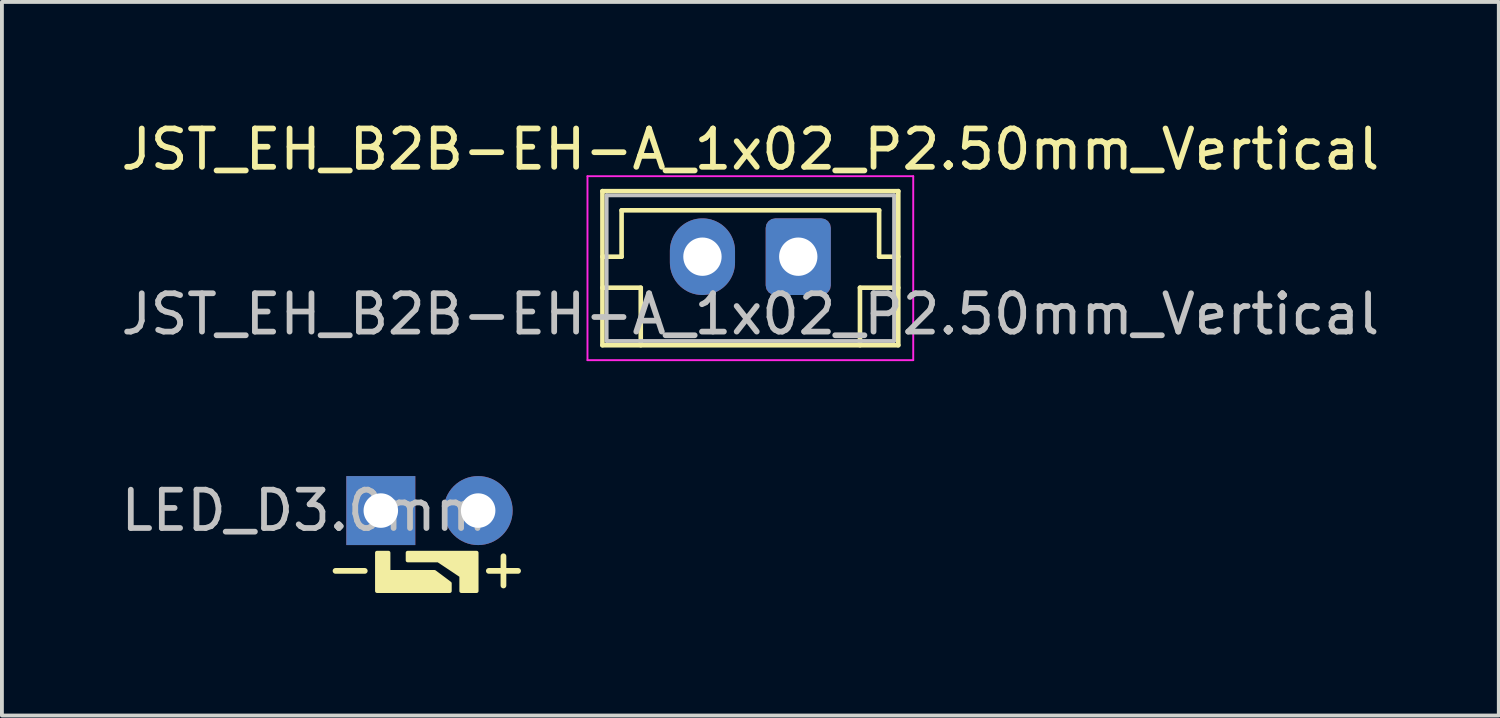
<source format=kicad_pcb>
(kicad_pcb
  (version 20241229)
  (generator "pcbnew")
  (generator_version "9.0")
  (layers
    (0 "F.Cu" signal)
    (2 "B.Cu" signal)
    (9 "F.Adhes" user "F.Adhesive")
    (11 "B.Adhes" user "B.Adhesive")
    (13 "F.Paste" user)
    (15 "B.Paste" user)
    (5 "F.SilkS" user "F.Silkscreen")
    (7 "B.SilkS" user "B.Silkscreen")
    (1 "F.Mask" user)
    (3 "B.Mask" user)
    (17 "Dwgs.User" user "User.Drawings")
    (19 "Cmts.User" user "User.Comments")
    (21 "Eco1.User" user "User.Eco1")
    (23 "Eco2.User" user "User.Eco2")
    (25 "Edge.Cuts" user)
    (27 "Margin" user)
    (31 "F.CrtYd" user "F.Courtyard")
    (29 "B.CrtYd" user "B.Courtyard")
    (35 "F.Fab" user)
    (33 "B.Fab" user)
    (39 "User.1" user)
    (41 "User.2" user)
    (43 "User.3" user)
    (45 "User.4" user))
  (footprint "JST_EH_B2B-EH-A_1x02_P2.50mm_Vertical"
    (layer "F.Cu")
    (at 15.28 3.648)
    (property "Reference" "JST_EH_B2B-EH-A_1x02_P2.50mm_Vertical" (at 1.25 -2.8 0) (layer "F.SilkS") (effects (font (size 1 1) (thickness 0.15))))
    (attr through_hole)
    (fp_line (start -2.61 -1.71) (end -2.61 2.31) (stroke (width 0.12) (type solid)) (layer "F.SilkS"))
    (fp_line (start -2.61 0) (end -2.11 0) (stroke (width 0.12) (type solid)) (layer "F.SilkS"))
    (fp_line (start -2.61 0.81) (end -1.61 0.81) (stroke (width 0.12) (type solid)) (layer "F.SilkS"))
    (fp_line (start -2.61 2.31) (end 5.11 2.31) (stroke (width 0.12) (type solid)) (layer "F.SilkS"))
    (fp_line (start -2.11 -1.21) (end 4.61 -1.21) (stroke (width 0.12) (type solid)) (layer "F.SilkS"))
    (fp_line (start -2.11 0) (end -2.11 -1.21) (stroke (width 0.12) (type solid)) (layer "F.SilkS"))
    (fp_line (start -1.61 0.81) (end -1.61 2.31) (stroke (width 0.12) (type solid)) (layer "F.SilkS"))
    (fp_line (start 4.11 0.81) (end 4.11 2.31) (stroke (width 0.12) (type solid)) (layer "F.SilkS"))
    (fp_line (start 4.61 -1.21) (end 4.61 0) (stroke (width 0.12) (type solid)) (layer "F.SilkS"))
    (fp_line (start 4.61 0) (end 5.11 0) (stroke (width 0.12) (type solid)) (layer "F.SilkS"))
    (fp_line (start 5.11 -1.71) (end -2.61 -1.71) (stroke (width 0.12) (type solid)) (layer "F.SilkS"))
    (fp_line (start 5.11 0.81) (end 4.11 0.81) (stroke (width 0.12) (type solid)) (layer "F.SilkS"))
    (fp_line (start 5.11 2.31) (end 5.11 -1.71) (stroke (width 0.12) (type solid)) (layer "F.SilkS"))
    (fp_line (start -2.5 -1.6) (end -2.5 2.2) (stroke (width 0.1) (type solid)) (layer "Dwgs.User"))
    (fp_line (start -2.5 2.2) (end 5 2.2) (stroke (width 0.1) (type solid)) (layer "Dwgs.User"))
    (fp_line (start 5 -1.6) (end -2.5 -1.6) (stroke (width 0.1) (type solid)) (layer "Dwgs.User"))
    (fp_line (start 5 2.2) (end 5 -1.6) (stroke (width 0.1) (type solid)) (layer "Dwgs.User"))
    (fp_line (start -3 -2.1) (end -3 2.7) (stroke (width 0.05) (type solid)) (layer "F.CrtYd"))
    (fp_line (start -3 2.7) (end 5.5 2.7) (stroke (width 0.05) (type solid)) (layer "F.CrtYd"))
    (fp_line (start 5.5 -2.1) (end -3 -2.1) (stroke (width 0.05) (type solid)) (layer "F.CrtYd"))
    (fp_line (start 5.5 2.7) (end 5.5 -2.1) (stroke (width 0.05) (type solid)) (layer "F.CrtYd"))
    (fp_text user "${REFERENCE}" (at 1.25 1.5 0) (layer "Dwgs.User") (effects (font (size 1 1) (thickness 0.15))))
    (pad "1" thru_hole roundrect (at 2.5 0) (size 1.7 2) (drill 1) (layers "*.Cu" "*.Mask") (roundrect_rratio 0.147))
    (pad "2" thru_hole oval (at 0 0) (size 1.7 2) (drill 1) (layers "*.Cu" "*.Mask")))
  (footprint "LED_D3.0mm"
    (layer "F.Cu")
    (at 6.887 10.273)
    (property "Reference" "LED_D3.0mm" (at -2 0 180) (layer "Dwgs.User") (effects (font (size 1 1) (thickness 0.15))))
    (attr through_hole)
    (fp_poly (pts (xy 0.2 1.6) (xy 1.4 1.6) (xy 1.8 1.9) (xy 1.8 2.1) (xy -0.1 2.1) (xy -0.1 1.1) (xy 0.2 1.1)) (stroke (width 0.1) (type solid)) (fill yes) (layer "F.SilkS"))
    (fp_poly (pts (xy 2.5 2.1) (xy 2.1 2.1) (xy 2.1 1.7) (xy 1.5 1.3) (xy 0.7 1.3) (xy 0.7 1.1) (xy 2.5 1.1)) (stroke (width 0.1) (type solid)) (fill yes) (layer "F.SilkS"))
    (fp_text user "-" (at -0.8 1.5 0) (layer "F.SilkS") (effects (font (size 1 1) (thickness 0.15))))
    (fp_text user "+" (at 3.2 1.5 0) (layer "F.SilkS") (effects (font (size 1 1) (thickness 0.15))))
    (pad "1" thru_hole rect (at 0 0) (size 1.8 1.8) (drill 0.9) (layers "*.Cu" "*.Mask"))
    (pad "2" thru_hole circle (at 2.54 0) (size 1.8 1.8) (drill 0.9) (layers "*.Cu" "*.Mask")))
  (gr_rect
    (start -3 -3)
    (end 36.06 15.621)
    (stroke (width 0.1) (type default))
    (fill no)
    (layer "Edge.Cuts")))
</source>
